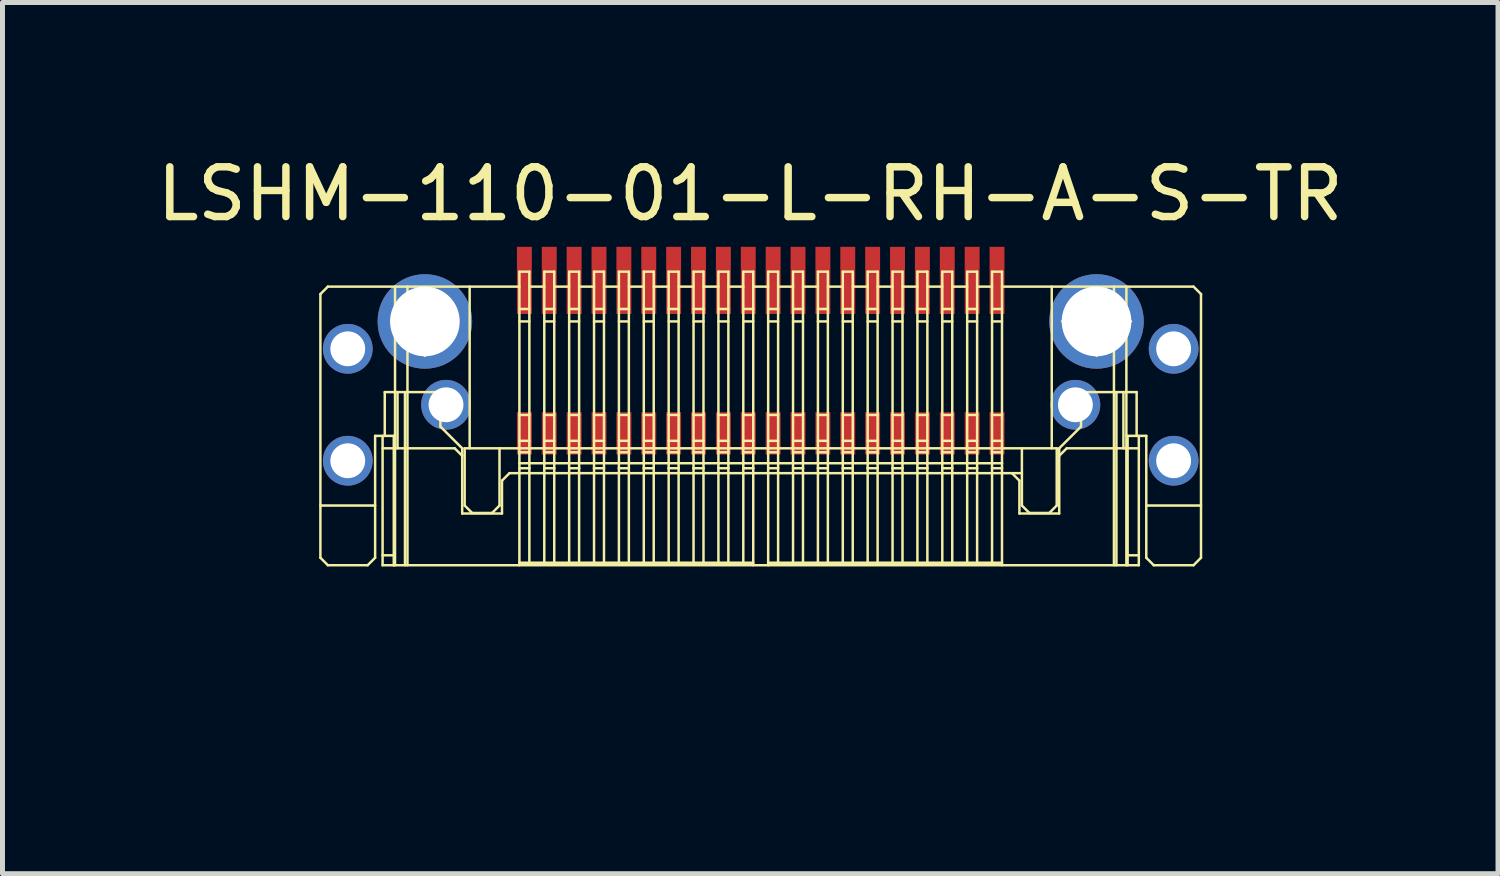
<source format=kicad_pcb>
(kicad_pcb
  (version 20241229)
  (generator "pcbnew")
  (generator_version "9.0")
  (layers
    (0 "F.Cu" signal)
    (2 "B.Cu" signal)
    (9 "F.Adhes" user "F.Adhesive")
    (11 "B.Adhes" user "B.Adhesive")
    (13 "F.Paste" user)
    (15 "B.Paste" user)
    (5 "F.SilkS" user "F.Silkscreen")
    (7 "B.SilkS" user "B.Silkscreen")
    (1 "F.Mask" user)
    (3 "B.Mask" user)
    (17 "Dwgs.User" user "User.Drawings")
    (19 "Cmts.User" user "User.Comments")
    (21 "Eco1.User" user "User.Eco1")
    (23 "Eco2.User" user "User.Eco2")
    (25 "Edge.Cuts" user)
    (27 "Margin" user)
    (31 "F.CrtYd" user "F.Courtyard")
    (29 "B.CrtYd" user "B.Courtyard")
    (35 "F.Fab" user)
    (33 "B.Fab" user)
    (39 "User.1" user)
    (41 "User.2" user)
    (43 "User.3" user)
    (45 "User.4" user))
  (footprint "LSHM-110-01-L-RH-A-S-TR"
    (layer "F.Cu")
    (at 12.24 11.261)
    (property "Reference" "LSHM-110-01-L-RH-A-S-TR" (at -0.21 -10.413 0) (layer "F.SilkS") (effects (font (size 1 1) (thickness 0.15))))
    (attr through_hole)
    (fp_line (start -8.85 -8.4) (end -8.85 -3.1) (stroke (width 0.05) (type solid)) (layer "F.SilkS"))
    (fp_line (start -8.85 -3.1) (end -8.7 -2.95) (stroke (width 0.05) (type solid)) (layer "F.SilkS"))
    (fp_line (start -8.7 -8.55) (end -8.85 -8.4) (stroke (width 0.05) (type solid)) (layer "F.SilkS"))
    (fp_line (start -8.7 -2.95) (end -7.9 -2.95) (stroke (width 0.05) (type solid)) (layer "F.SilkS"))
    (fp_line (start -8.4 -7.55) (end -8.2 -7.55) (stroke (width 0.05) (type solid)) (layer "F.SilkS"))
    (fp_line (start -8.4 -7.05) (end -8.4 -7.55) (stroke (width 0.05) (type solid)) (layer "F.SilkS"))
    (fp_line (start -8.4 -5.3) (end -8.2 -5.3) (stroke (width 0.05) (type solid)) (layer "F.SilkS"))
    (fp_line (start -8.4 -4.8) (end -8.4 -5.3) (stroke (width 0.05) (type solid)) (layer "F.SilkS"))
    (fp_line (start -8.2 -7.45) (end -8.4 -7.45) (stroke (width 0.05) (type solid)) (layer "F.SilkS"))
    (fp_line (start -8.2 -7.15) (end -8.4 -7.15) (stroke (width 0.05) (type solid)) (layer "F.SilkS"))
    (fp_line (start -8.2 -7.05) (end -8.4 -7.05) (stroke (width 0.05) (type solid)) (layer "F.SilkS"))
    (fp_line (start -8.2 -7.05) (end -8.2 -7.55) (stroke (width 0.05) (type solid)) (layer "F.SilkS"))
    (fp_line (start -8.2 -5.2) (end -8.4 -5.2) (stroke (width 0.05) (type solid)) (layer "F.SilkS"))
    (fp_line (start -8.2 -4.9) (end -8.4 -4.9) (stroke (width 0.05) (type solid)) (layer "F.SilkS"))
    (fp_line (start -8.2 -4.8) (end -8.4 -4.8) (stroke (width 0.05) (type solid)) (layer "F.SilkS"))
    (fp_line (start -8.2 -4.8) (end -8.2 -5.3) (stroke (width 0.05) (type solid)) (layer "F.SilkS"))
    (fp_line (start -7.9 -2.95) (end -7.75 -3.1) (stroke (width 0.05) (type solid)) (layer "F.SilkS"))
    (fp_line (start -7.75 -5.55) (end -7.35 -5.55) (stroke (width 0.05) (type solid)) (layer "F.SilkS"))
    (fp_line (start -7.75 -4.15) (end -8.85 -4.15) (stroke (width 0.05) (type solid)) (layer "F.SilkS"))
    (fp_line (start -7.75 -3.1) (end -7.75 -5.55) (stroke (width 0.05) (type solid)) (layer "F.SilkS"))
    (fp_line (start -7.6 -5.55) (end -7.6 -2.95) (stroke (width 0.05) (type solid)) (layer "F.SilkS"))
    (fp_line (start -7.6 -3.15) (end -7.375 -3.15) (stroke (width 0.05) (type solid)) (layer "F.SilkS"))
    (fp_line (start -7.6 -2.95) (end -7.375 -2.95) (stroke (width 0.05) (type solid)) (layer "F.SilkS"))
    (fp_line (start -7.556 -6.43) (end -7.556 -5.55) (stroke (width 0.05) (type solid)) (layer "F.SilkS"))
    (fp_line (start -7.375 -5.55) (end -7.375 -5.3) (stroke (width 0.05) (type solid)) (layer "F.SilkS"))
    (fp_line (start -7.375 -2.95) (end -7.375 -5.3) (stroke (width 0.05) (type solid)) (layer "F.SilkS"))
    (fp_line (start -7.354 -7.85) (end -6.146 -7.85) (stroke (width 0.05) (type solid)) (layer "F.SilkS"))
    (fp_line (start -7.35 -5.3) (end -7.35 -8.55) (stroke (width 0.05) (type solid)) (layer "F.SilkS"))
    (fp_line (start -7.35 -2.95) (end -7.35 -5.3) (stroke (width 0.05) (type solid)) (layer "F.SilkS"))
    (fp_line (start -7.3 -6.43) (end -7.3 -5.3) (stroke (width 0.05) (type solid)) (layer "F.SilkS"))
    (fp_line (start -7.15 -5.3) (end -7.15 -6.43) (stroke (width 0.05) (type solid)) (layer "F.SilkS"))
    (fp_line (start -7.15 -2.95) (end -7.15 -5.3) (stroke (width 0.05) (type solid)) (layer "F.SilkS"))
    (fp_line (start -7.1 -5.3) (end -7.1 -8.55) (stroke (width 0.05) (type solid)) (layer "F.SilkS"))
    (fp_line (start -7.1 -2.95) (end -7.1 -5.3) (stroke (width 0.05) (type solid)) (layer "F.SilkS"))
    (fp_line (start -6.75 -7.157) (end -6.75 -8.543) (stroke (width 0.05) (type solid)) (layer "F.SilkS"))
    (fp_line (start -6.438 -6.43) (end -6.438 -5.737) (stroke (width 0.05) (type solid)) (layer "F.SilkS"))
    (fp_line (start -6.438 -6.38) (end -6.213 -6.38) (stroke (width 0.05) (type solid)) (layer "F.SilkS"))
    (fp_line (start -6.438 -5.737) (end -6 -5.3) (stroke (width 0.05) (type solid)) (layer "F.SilkS"))
    (fp_line (start -6.213 -6.43) (end -7.556 -6.43) (stroke (width 0.05) (type solid)) (layer "F.SilkS"))
    (fp_line (start -6.213 -6.43) (end -6.213 -5.93) (stroke (width 0.05) (type solid)) (layer "F.SilkS"))
    (fp_line (start -6.213 -5.98) (end -6.438 -5.98) (stroke (width 0.05) (type solid)) (layer "F.SilkS"))
    (fp_line (start -6.213 -5.93) (end -6.438 -5.93) (stroke (width 0.05) (type solid)) (layer "F.SilkS"))
    (fp_line (start -6.15 -5.3) (end -7.6 -5.3) (stroke (width 0.05) (type solid)) (layer "F.SilkS"))
    (fp_line (start -6.15 -5.3) (end -6 -5.15) (stroke (width 0.05) (type solid)) (layer "F.SilkS"))
    (fp_line (start -6 -5.3) (end -6 -5.15) (stroke (width 0.05) (type solid)) (layer "F.SilkS"))
    (fp_line (start -6 -5.15) (end -6 -3.99) (stroke (width 0.05) (type solid)) (layer "F.SilkS"))
    (fp_line (start -6 -3.99) (end -5.2 -3.99) (stroke (width 0.05) (type solid)) (layer "F.SilkS"))
    (fp_line (start -5.95 -5.3) (end -5.95 -4.15) (stroke (width 0.05) (type solid)) (layer "F.SilkS"))
    (fp_line (start -5.95 -4.15) (end -5.8 -4) (stroke (width 0.05) (type solid)) (layer "F.SilkS"))
    (fp_line (start -5.85 -8.55) (end -5.85 -5.3) (stroke (width 0.05) (type solid)) (layer "F.SilkS"))
    (fp_line (start -5.8 -4) (end -5.4 -4) (stroke (width 0.05) (type solid)) (layer "F.SilkS"))
    (fp_line (start -5.4 -4) (end -5.25 -4.15) (stroke (width 0.05) (type solid)) (layer "F.SilkS"))
    (fp_line (start -5.25 -4.15) (end -5.25 -5.3) (stroke (width 0.05) (type solid)) (layer "F.SilkS"))
    (fp_line (start -5.2 -4.65) (end -5.05 -4.8) (stroke (width 0.05) (type solid)) (layer "F.SilkS"))
    (fp_line (start -5.2 -3.99) (end -5.2 -4.65) (stroke (width 0.05) (type solid)) (layer "F.SilkS"))
    (fp_line (start -5.05 -4.8) (end 5.25 -4.8) (stroke (width 0.05) (type solid)) (layer "F.SilkS"))
    (fp_line (start -4.85 -8.85) (end -4.85 -5) (stroke (width 0.05) (type solid)) (layer "F.SilkS"))
    (fp_line (start -4.85 -8.55) (end -8.7 -8.55) (stroke (width 0.05) (type solid)) (layer "F.SilkS"))
    (fp_line (start -4.85 -7.85) (end -4.65 -7.85) (stroke (width 0.05) (type solid)) (layer "F.SilkS"))
    (fp_line (start -4.85 -5) (end -4.85 -4.9) (stroke (width 0.05) (type solid)) (layer "F.SilkS"))
    (fp_line (start -4.85 -4.9) (end -4.85 -2.95) (stroke (width 0.05) (type solid)) (layer "F.SilkS"))
    (fp_line (start -4.85 -4.9) (end -4.65 -4.9) (stroke (width 0.05) (type solid)) (layer "F.SilkS"))
    (fp_line (start -4.65 -8.85) (end -4.85 -8.85) (stroke (width 0.05) (type solid)) (layer "F.SilkS"))
    (fp_line (start -4.65 -8.85) (end -4.65 -5) (stroke (width 0.05) (type solid)) (layer "F.SilkS"))
    (fp_line (start -4.65 -8.1) (end -4.85 -8.1) (stroke (width 0.05) (type solid)) (layer "F.SilkS"))
    (fp_line (start -4.65 -5.97) (end -4.85 -5.97) (stroke (width 0.05) (type solid)) (layer "F.SilkS"))
    (fp_line (start -4.65 -5.45) (end -4.85 -5.45) (stroke (width 0.05) (type solid)) (layer "F.SilkS"))
    (fp_line (start -4.65 -5.22) (end -4.85 -5.22) (stroke (width 0.05) (type solid)) (layer "F.SilkS"))
    (fp_line (start -4.65 -4.9) (end -4.65 -5) (stroke (width 0.05) (type solid)) (layer "F.SilkS"))
    (fp_line (start -4.65 -3) (end -4.65 -4.9) (stroke (width 0.05) (type solid)) (layer "F.SilkS"))
    (fp_line (start -4.35 -8.55) (end -4.65 -8.55) (stroke (width 0.05) (type solid)) (layer "F.SilkS"))
    (fp_line (start -4.35 -7.85) (end -4.15 -7.85) (stroke (width 0.05) (type solid)) (layer "F.SilkS"))
    (fp_line (start -4.35 -5) (end -4.35 -8.85) (stroke (width 0.05) (type solid)) (layer "F.SilkS"))
    (fp_line (start -4.35 -5) (end -4.35 -4.9) (stroke (width 0.05) (type solid)) (layer "F.SilkS"))
    (fp_line (start -4.35 -4.9) (end -4.35 -3) (stroke (width 0.05) (type solid)) (layer "F.SilkS"))
    (fp_line (start -4.35 -4.9) (end -4.15 -4.9) (stroke (width 0.05) (type solid)) (layer "F.SilkS"))
    (fp_line (start -4.15 -8.85) (end -4.35 -8.85) (stroke (width 0.05) (type solid)) (layer "F.SilkS"))
    (fp_line (start -4.15 -8.85) (end -4.15 -5) (stroke (width 0.05) (type solid)) (layer "F.SilkS"))
    (fp_line (start -4.15 -8.1) (end -4.35 -8.1) (stroke (width 0.05) (type solid)) (layer "F.SilkS"))
    (fp_line (start -4.15 -5.97) (end -4.35 -5.97) (stroke (width 0.05) (type solid)) (layer "F.SilkS"))
    (fp_line (start -4.15 -5.45) (end -4.35 -5.45) (stroke (width 0.05) (type solid)) (layer "F.SilkS"))
    (fp_line (start -4.15 -5.22) (end -4.35 -5.22) (stroke (width 0.05) (type solid)) (layer "F.SilkS"))
    (fp_line (start -4.15 -4.9) (end -4.15 -5) (stroke (width 0.05) (type solid)) (layer "F.SilkS"))
    (fp_line (start -4.15 -3) (end -4.15 -4.9) (stroke (width 0.05) (type solid)) (layer "F.SilkS"))
    (fp_line (start -3.85 -8.55) (end -4.15 -8.55) (stroke (width 0.05) (type solid)) (layer "F.SilkS"))
    (fp_line (start -3.85 -7.85) (end -3.65 -7.85) (stroke (width 0.05) (type solid)) (layer "F.SilkS"))
    (fp_line (start -3.85 -5) (end -3.85 -8.85) (stroke (width 0.05) (type solid)) (layer "F.SilkS"))
    (fp_line (start -3.85 -5) (end -3.85 -4.9) (stroke (width 0.05) (type solid)) (layer "F.SilkS"))
    (fp_line (start -3.85 -4.9) (end -3.85 -3) (stroke (width 0.05) (type solid)) (layer "F.SilkS"))
    (fp_line (start -3.85 -4.9) (end -3.65 -4.9) (stroke (width 0.05) (type solid)) (layer "F.SilkS"))
    (fp_line (start -3.65 -8.85) (end -3.85 -8.85) (stroke (width 0.05) (type solid)) (layer "F.SilkS"))
    (fp_line (start -3.65 -8.85) (end -3.65 -5) (stroke (width 0.05) (type solid)) (layer "F.SilkS"))
    (fp_line (start -3.65 -8.1) (end -3.85 -8.1) (stroke (width 0.05) (type solid)) (layer "F.SilkS"))
    (fp_line (start -3.65 -5.97) (end -3.85 -5.97) (stroke (width 0.05) (type solid)) (layer "F.SilkS"))
    (fp_line (start -3.65 -5.45) (end -3.85 -5.45) (stroke (width 0.05) (type solid)) (layer "F.SilkS"))
    (fp_line (start -3.65 -5.22) (end -3.85 -5.22) (stroke (width 0.05) (type solid)) (layer "F.SilkS"))
    (fp_line (start -3.65 -4.9) (end -3.65 -5) (stroke (width 0.05) (type solid)) (layer "F.SilkS"))
    (fp_line (start -3.65 -3) (end -3.65 -4.9) (stroke (width 0.05) (type solid)) (layer "F.SilkS"))
    (fp_line (start -3.35 -8.55) (end -3.65 -8.55) (stroke (width 0.05) (type solid)) (layer "F.SilkS"))
    (fp_line (start -3.35 -7.85) (end -3.15 -7.85) (stroke (width 0.05) (type solid)) (layer "F.SilkS"))
    (fp_line (start -3.35 -5) (end -3.35 -8.85) (stroke (width 0.05) (type solid)) (layer "F.SilkS"))
    (fp_line (start -3.35 -5) (end -3.35 -4.9) (stroke (width 0.05) (type solid)) (layer "F.SilkS"))
    (fp_line (start -3.35 -4.9) (end -3.35 -3) (stroke (width 0.05) (type solid)) (layer "F.SilkS"))
    (fp_line (start -3.35 -4.9) (end -3.15 -4.9) (stroke (width 0.05) (type solid)) (layer "F.SilkS"))
    (fp_line (start -3.15 -8.85) (end -3.35 -8.85) (stroke (width 0.05) (type solid)) (layer "F.SilkS"))
    (fp_line (start -3.15 -8.85) (end -3.15 -5) (stroke (width 0.05) (type solid)) (layer "F.SilkS"))
    (fp_line (start -3.15 -8.1) (end -3.35 -8.1) (stroke (width 0.05) (type solid)) (layer "F.SilkS"))
    (fp_line (start -3.15 -5.97) (end -3.35 -5.97) (stroke (width 0.05) (type solid)) (layer "F.SilkS"))
    (fp_line (start -3.15 -5.45) (end -3.35 -5.45) (stroke (width 0.05) (type solid)) (layer "F.SilkS"))
    (fp_line (start -3.15 -5.22) (end -3.35 -5.22) (stroke (width 0.05) (type solid)) (layer "F.SilkS"))
    (fp_line (start -3.15 -4.9) (end -3.15 -5) (stroke (width 0.05) (type solid)) (layer "F.SilkS"))
    (fp_line (start -3.15 -3) (end -3.15 -4.9) (stroke (width 0.05) (type solid)) (layer "F.SilkS"))
    (fp_line (start -2.85 -8.55) (end -3.15 -8.55) (stroke (width 0.05) (type solid)) (layer "F.SilkS"))
    (fp_line (start -2.85 -7.85) (end -2.65 -7.85) (stroke (width 0.05) (type solid)) (layer "F.SilkS"))
    (fp_line (start -2.85 -5) (end -2.85 -8.85) (stroke (width 0.05) (type solid)) (layer "F.SilkS"))
    (fp_line (start -2.85 -5) (end -2.85 -4.9) (stroke (width 0.05) (type solid)) (layer "F.SilkS"))
    (fp_line (start -2.85 -4.9) (end -2.85 -3) (stroke (width 0.05) (type solid)) (layer "F.SilkS"))
    (fp_line (start -2.85 -4.9) (end -2.65 -4.9) (stroke (width 0.05) (type solid)) (layer "F.SilkS"))
    (fp_line (start -2.65 -8.85) (end -2.85 -8.85) (stroke (width 0.05) (type solid)) (layer "F.SilkS"))
    (fp_line (start -2.65 -8.85) (end -2.65 -5) (stroke (width 0.05) (type solid)) (layer "F.SilkS"))
    (fp_line (start -2.65 -8.1) (end -2.85 -8.1) (stroke (width 0.05) (type solid)) (layer "F.SilkS"))
    (fp_line (start -2.65 -5.97) (end -2.85 -5.97) (stroke (width 0.05) (type solid)) (layer "F.SilkS"))
    (fp_line (start -2.65 -5.45) (end -2.85 -5.45) (stroke (width 0.05) (type solid)) (layer "F.SilkS"))
    (fp_line (start -2.65 -5.22) (end -2.85 -5.22) (stroke (width 0.05) (type solid)) (layer "F.SilkS"))
    (fp_line (start -2.65 -4.9) (end -2.65 -5) (stroke (width 0.05) (type solid)) (layer "F.SilkS"))
    (fp_line (start -2.65 -3) (end -2.65 -4.9) (stroke (width 0.05) (type solid)) (layer "F.SilkS"))
    (fp_line (start -2.35 -8.55) (end -2.65 -8.55) (stroke (width 0.05) (type solid)) (layer "F.SilkS"))
    (fp_line (start -2.35 -7.85) (end -2.15 -7.85) (stroke (width 0.05) (type solid)) (layer "F.SilkS"))
    (fp_line (start -2.35 -5) (end -2.35 -8.85) (stroke (width 0.05) (type solid)) (layer "F.SilkS"))
    (fp_line (start -2.35 -5) (end -2.35 -4.9) (stroke (width 0.05) (type solid)) (layer "F.SilkS"))
    (fp_line (start -2.35 -4.9) (end -2.35 -3) (stroke (width 0.05) (type solid)) (layer "F.SilkS"))
    (fp_line (start -2.35 -4.9) (end -2.15 -4.9) (stroke (width 0.05) (type solid)) (layer "F.SilkS"))
    (fp_line (start -2.15 -8.85) (end -2.35 -8.85) (stroke (width 0.05) (type solid)) (layer "F.SilkS"))
    (fp_line (start -2.15 -8.85) (end -2.15 -5) (stroke (width 0.05) (type solid)) (layer "F.SilkS"))
    (fp_line (start -2.15 -8.1) (end -2.35 -8.1) (stroke (width 0.05) (type solid)) (layer "F.SilkS"))
    (fp_line (start -2.15 -5.97) (end -2.35 -5.97) (stroke (width 0.05) (type solid)) (layer "F.SilkS"))
    (fp_line (start -2.15 -5.45) (end -2.35 -5.45) (stroke (width 0.05) (type solid)) (layer "F.SilkS"))
    (fp_line (start -2.15 -5.22) (end -2.35 -5.22) (stroke (width 0.05) (type solid)) (layer "F.SilkS"))
    (fp_line (start -2.15 -4.9) (end -2.15 -5) (stroke (width 0.05) (type solid)) (layer "F.SilkS"))
    (fp_line (start -2.15 -3) (end -2.15 -4.9) (stroke (width 0.05) (type solid)) (layer "F.SilkS"))
    (fp_line (start -1.85 -8.55) (end -2.15 -8.55) (stroke (width 0.05) (type solid)) (layer "F.SilkS"))
    (fp_line (start -1.85 -7.85) (end -1.65 -7.85) (stroke (width 0.05) (type solid)) (layer "F.SilkS"))
    (fp_line (start -1.85 -5) (end -1.85 -8.85) (stroke (width 0.05) (type solid)) (layer "F.SilkS"))
    (fp_line (start -1.85 -5) (end -1.85 -4.9) (stroke (width 0.05) (type solid)) (layer "F.SilkS"))
    (fp_line (start -1.85 -4.9) (end -1.85 -3) (stroke (width 0.05) (type solid)) (layer "F.SilkS"))
    (fp_line (start -1.85 -4.9) (end -1.65 -4.9) (stroke (width 0.05) (type solid)) (layer "F.SilkS"))
    (fp_line (start -1.65 -8.85) (end -1.85 -8.85) (stroke (width 0.05) (type solid)) (layer "F.SilkS"))
    (fp_line (start -1.65 -8.85) (end -1.65 -5) (stroke (width 0.05) (type solid)) (layer "F.SilkS"))
    (fp_line (start -1.65 -8.1) (end -1.85 -8.1) (stroke (width 0.05) (type solid)) (layer "F.SilkS"))
    (fp_line (start -1.65 -5.97) (end -1.85 -5.97) (stroke (width 0.05) (type solid)) (layer "F.SilkS"))
    (fp_line (start -1.65 -5.45) (end -1.85 -5.45) (stroke (width 0.05) (type solid)) (layer "F.SilkS"))
    (fp_line (start -1.65 -5.22) (end -1.85 -5.22) (stroke (width 0.05) (type solid)) (layer "F.SilkS"))
    (fp_line (start -1.65 -4.9) (end -1.65 -5) (stroke (width 0.05) (type solid)) (layer "F.SilkS"))
    (fp_line (start -1.65 -3) (end -1.65 -4.9) (stroke (width 0.05) (type solid)) (layer "F.SilkS"))
    (fp_line (start -1.35 -8.55) (end -1.65 -8.55) (stroke (width 0.05) (type solid)) (layer "F.SilkS"))
    (fp_line (start -1.35 -7.85) (end -1.15 -7.85) (stroke (width 0.05) (type solid)) (layer "F.SilkS"))
    (fp_line (start -1.35 -5) (end -1.35 -8.85) (stroke (width 0.05) (type solid)) (layer "F.SilkS"))
    (fp_line (start -1.35 -5) (end -1.35 -4.9) (stroke (width 0.05) (type solid)) (layer "F.SilkS"))
    (fp_line (start -1.35 -4.9) (end -1.35 -3) (stroke (width 0.05) (type solid)) (layer "F.SilkS"))
    (fp_line (start -1.35 -4.9) (end -1.15 -4.9) (stroke (width 0.05) (type solid)) (layer "F.SilkS"))
    (fp_line (start -1.15 -8.85) (end -1.35 -8.85) (stroke (width 0.05) (type solid)) (layer "F.SilkS"))
    (fp_line (start -1.15 -8.85) (end -1.15 -5) (stroke (width 0.05) (type solid)) (layer "F.SilkS"))
    (fp_line (start -1.15 -8.1) (end -1.35 -8.1) (stroke (width 0.05) (type solid)) (layer "F.SilkS"))
    (fp_line (start -1.15 -5.97) (end -1.35 -5.97) (stroke (width 0.05) (type solid)) (layer "F.SilkS"))
    (fp_line (start -1.15 -5.45) (end -1.35 -5.45) (stroke (width 0.05) (type solid)) (layer "F.SilkS"))
    (fp_line (start -1.15 -5.22) (end -1.35 -5.22) (stroke (width 0.05) (type solid)) (layer "F.SilkS"))
    (fp_line (start -1.15 -4.9) (end -1.15 -5) (stroke (width 0.05) (type solid)) (layer "F.SilkS"))
    (fp_line (start -1.15 -3) (end -1.15 -4.9) (stroke (width 0.05) (type solid)) (layer "F.SilkS"))
    (fp_line (start -0.85 -8.55) (end -1.15 -8.55) (stroke (width 0.05) (type solid)) (layer "F.SilkS"))
    (fp_line (start -0.85 -7.85) (end -0.65 -7.85) (stroke (width 0.05) (type solid)) (layer "F.SilkS"))
    (fp_line (start -0.85 -5) (end -0.85 -8.85) (stroke (width 0.05) (type solid)) (layer "F.SilkS"))
    (fp_line (start -0.85 -5) (end -0.85 -4.9) (stroke (width 0.05) (type solid)) (layer "F.SilkS"))
    (fp_line (start -0.85 -4.9) (end -0.85 -3) (stroke (width 0.05) (type solid)) (layer "F.SilkS"))
    (fp_line (start -0.85 -4.9) (end -0.65 -4.9) (stroke (width 0.05) (type solid)) (layer "F.SilkS"))
    (fp_line (start -0.65 -8.85) (end -0.85 -8.85) (stroke (width 0.05) (type solid)) (layer "F.SilkS"))
    (fp_line (start -0.65 -8.85) (end -0.65 -5) (stroke (width 0.05) (type solid)) (layer "F.SilkS"))
    (fp_line (start -0.65 -8.1) (end -0.85 -8.1) (stroke (width 0.05) (type solid)) (layer "F.SilkS"))
    (fp_line (start -0.65 -5.97) (end -0.85 -5.97) (stroke (width 0.05) (type solid)) (layer "F.SilkS"))
    (fp_line (start -0.65 -5.45) (end -0.85 -5.45) (stroke (width 0.05) (type solid)) (layer "F.SilkS"))
    (fp_line (start -0.65 -5.22) (end -0.85 -5.22) (stroke (width 0.05) (type solid)) (layer "F.SilkS"))
    (fp_line (start -0.65 -4.9) (end -0.65 -5) (stroke (width 0.05) (type solid)) (layer "F.SilkS"))
    (fp_line (start -0.65 -3) (end -0.65 -4.9) (stroke (width 0.05) (type solid)) (layer "F.SilkS"))
    (fp_line (start -0.35 -8.55) (end -0.65 -8.55) (stroke (width 0.05) (type solid)) (layer "F.SilkS"))
    (fp_line (start -0.35 -7.85) (end -0.15 -7.85) (stroke (width 0.05) (type solid)) (layer "F.SilkS"))
    (fp_line (start -0.35 -5) (end -0.35 -8.85) (stroke (width 0.05) (type solid)) (layer "F.SilkS"))
    (fp_line (start -0.35 -5) (end -0.35 -4.9) (stroke (width 0.05) (type solid)) (layer "F.SilkS"))
    (fp_line (start -0.35 -4.9) (end -0.35 -3) (stroke (width 0.05) (type solid)) (layer "F.SilkS"))
    (fp_line (start -0.35 -4.9) (end -0.15 -4.9) (stroke (width 0.05) (type solid)) (layer "F.SilkS"))
    (fp_line (start -0.15 -8.85) (end -0.35 -8.85) (stroke (width 0.05) (type solid)) (layer "F.SilkS"))
    (fp_line (start -0.15 -8.85) (end -0.15 -5) (stroke (width 0.05) (type solid)) (layer "F.SilkS"))
    (fp_line (start -0.15 -8.1) (end -0.35 -8.1) (stroke (width 0.05) (type solid)) (layer "F.SilkS"))
    (fp_line (start -0.15 -5.97) (end -0.35 -5.97) (stroke (width 0.05) (type solid)) (layer "F.SilkS"))
    (fp_line (start -0.15 -5.45) (end -0.35 -5.45) (stroke (width 0.05) (type solid)) (layer "F.SilkS"))
    (fp_line (start -0.15 -5.22) (end -0.35 -5.22) (stroke (width 0.05) (type solid)) (layer "F.SilkS"))
    (fp_line (start -0.15 -4.9) (end -0.15 -5) (stroke (width 0.05) (type solid)) (layer "F.SilkS"))
    (fp_line (start -0.15 -4.9) (end -0.15 -2.95) (stroke (width 0.05) (type solid)) (layer "F.SilkS"))
    (fp_line (start -0.15 -3) (end -4.85 -3) (stroke (width 0.05) (type solid)) (layer "F.SilkS"))
    (fp_line (start 0.15 -8.85) (end 0.15 -5) (stroke (width 0.05) (type solid)) (layer "F.SilkS"))
    (fp_line (start 0.15 -8.55) (end -0.15 -8.55) (stroke (width 0.05) (type solid)) (layer "F.SilkS"))
    (fp_line (start 0.15 -7.85) (end 0.35 -7.85) (stroke (width 0.05) (type solid)) (layer "F.SilkS"))
    (fp_line (start 0.15 -5) (end 0.15 -4.9) (stroke (width 0.05) (type solid)) (layer "F.SilkS"))
    (fp_line (start 0.15 -4.9) (end 0.15 -2.95) (stroke (width 0.05) (type solid)) (layer "F.SilkS"))
    (fp_line (start 0.15 -4.9) (end 0.35 -4.9) (stroke (width 0.05) (type solid)) (layer "F.SilkS"))
    (fp_line (start 0.35 -8.85) (end 0.15 -8.85) (stroke (width 0.05) (type solid)) (layer "F.SilkS"))
    (fp_line (start 0.35 -8.85) (end 0.35 -5) (stroke (width 0.05) (type solid)) (layer "F.SilkS"))
    (fp_line (start 0.35 -8.1) (end 0.15 -8.1) (stroke (width 0.05) (type solid)) (layer "F.SilkS"))
    (fp_line (start 0.35 -5.97) (end 0.15 -5.97) (stroke (width 0.05) (type solid)) (layer "F.SilkS"))
    (fp_line (start 0.35 -5.45) (end 0.15 -5.45) (stroke (width 0.05) (type solid)) (layer "F.SilkS"))
    (fp_line (start 0.35 -5.22) (end 0.15 -5.22) (stroke (width 0.05) (type solid)) (layer "F.SilkS"))
    (fp_line (start 0.35 -4.9) (end 0.35 -5) (stroke (width 0.05) (type solid)) (layer "F.SilkS"))
    (fp_line (start 0.35 -3) (end 0.35 -4.9) (stroke (width 0.05) (type solid)) (layer "F.SilkS"))
    (fp_line (start 0.65 -8.55) (end 0.35 -8.55) (stroke (width 0.05) (type solid)) (layer "F.SilkS"))
    (fp_line (start 0.65 -7.85) (end 0.85 -7.85) (stroke (width 0.05) (type solid)) (layer "F.SilkS"))
    (fp_line (start 0.65 -5) (end 0.65 -8.85) (stroke (width 0.05) (type solid)) (layer "F.SilkS"))
    (fp_line (start 0.65 -5) (end 0.65 -4.9) (stroke (width 0.05) (type solid)) (layer "F.SilkS"))
    (fp_line (start 0.65 -4.9) (end 0.65 -3) (stroke (width 0.05) (type solid)) (layer "F.SilkS"))
    (fp_line (start 0.65 -4.9) (end 0.85 -4.9) (stroke (width 0.05) (type solid)) (layer "F.SilkS"))
    (fp_line (start 0.85 -8.85) (end 0.65 -8.85) (stroke (width 0.05) (type solid)) (layer "F.SilkS"))
    (fp_line (start 0.85 -8.85) (end 0.85 -5) (stroke (width 0.05) (type solid)) (layer "F.SilkS"))
    (fp_line (start 0.85 -8.1) (end 0.65 -8.1) (stroke (width 0.05) (type solid)) (layer "F.SilkS"))
    (fp_line (start 0.85 -5.97) (end 0.65 -5.97) (stroke (width 0.05) (type solid)) (layer "F.SilkS"))
    (fp_line (start 0.85 -5.45) (end 0.65 -5.45) (stroke (width 0.05) (type solid)) (layer "F.SilkS"))
    (fp_line (start 0.85 -5.22) (end 0.65 -5.22) (stroke (width 0.05) (type solid)) (layer "F.SilkS"))
    (fp_line (start 0.85 -4.9) (end 0.85 -5) (stroke (width 0.05) (type solid)) (layer "F.SilkS"))
    (fp_line (start 0.85 -3) (end 0.85 -4.9) (stroke (width 0.05) (type solid)) (layer "F.SilkS"))
    (fp_line (start 1.15 -8.55) (end 0.85 -8.55) (stroke (width 0.05) (type solid)) (layer "F.SilkS"))
    (fp_line (start 1.15 -7.85) (end 1.35 -7.85) (stroke (width 0.05) (type solid)) (layer "F.SilkS"))
    (fp_line (start 1.15 -5) (end 1.15 -8.85) (stroke (width 0.05) (type solid)) (layer "F.SilkS"))
    (fp_line (start 1.15 -5) (end 1.15 -4.9) (stroke (width 0.05) (type solid)) (layer "F.SilkS"))
    (fp_line (start 1.15 -4.9) (end 1.15 -3) (stroke (width 0.05) (type solid)) (layer "F.SilkS"))
    (fp_line (start 1.15 -4.9) (end 1.35 -4.9) (stroke (width 0.05) (type solid)) (layer "F.SilkS"))
    (fp_line (start 1.35 -8.85) (end 1.15 -8.85) (stroke (width 0.05) (type solid)) (layer "F.SilkS"))
    (fp_line (start 1.35 -8.85) (end 1.35 -5) (stroke (width 0.05) (type solid)) (layer "F.SilkS"))
    (fp_line (start 1.35 -8.1) (end 1.15 -8.1) (stroke (width 0.05) (type solid)) (layer "F.SilkS"))
    (fp_line (start 1.35 -5.97) (end 1.15 -5.97) (stroke (width 0.05) (type solid)) (layer "F.SilkS"))
    (fp_line (start 1.35 -5.45) (end 1.15 -5.45) (stroke (width 0.05) (type solid)) (layer "F.SilkS"))
    (fp_line (start 1.35 -5.22) (end 1.15 -5.22) (stroke (width 0.05) (type solid)) (layer "F.SilkS"))
    (fp_line (start 1.35 -4.9) (end 1.35 -5) (stroke (width 0.05) (type solid)) (layer "F.SilkS"))
    (fp_line (start 1.35 -3) (end 1.35 -4.9) (stroke (width 0.05) (type solid)) (layer "F.SilkS"))
    (fp_line (start 1.65 -8.55) (end 1.35 -8.55) (stroke (width 0.05) (type solid)) (layer "F.SilkS"))
    (fp_line (start 1.65 -7.85) (end 1.85 -7.85) (stroke (width 0.05) (type solid)) (layer "F.SilkS"))
    (fp_line (start 1.65 -5) (end 1.65 -8.85) (stroke (width 0.05) (type solid)) (layer "F.SilkS"))
    (fp_line (start 1.65 -5) (end 1.65 -4.9) (stroke (width 0.05) (type solid)) (layer "F.SilkS"))
    (fp_line (start 1.65 -4.9) (end 1.65 -3) (stroke (width 0.05) (type solid)) (layer "F.SilkS"))
    (fp_line (start 1.65 -4.9) (end 1.85 -4.9) (stroke (width 0.05) (type solid)) (layer "F.SilkS"))
    (fp_line (start 1.85 -8.85) (end 1.65 -8.85) (stroke (width 0.05) (type solid)) (layer "F.SilkS"))
    (fp_line (start 1.85 -8.85) (end 1.85 -5) (stroke (width 0.05) (type solid)) (layer "F.SilkS"))
    (fp_line (start 1.85 -8.1) (end 1.65 -8.1) (stroke (width 0.05) (type solid)) (layer "F.SilkS"))
    (fp_line (start 1.85 -5.97) (end 1.65 -5.97) (stroke (width 0.05) (type solid)) (layer "F.SilkS"))
    (fp_line (start 1.85 -5.45) (end 1.65 -5.45) (stroke (width 0.05) (type solid)) (layer "F.SilkS"))
    (fp_line (start 1.85 -5.22) (end 1.65 -5.22) (stroke (width 0.05) (type solid)) (layer "F.SilkS"))
    (fp_line (start 1.85 -4.9) (end 1.85 -5) (stroke (width 0.05) (type solid)) (layer "F.SilkS"))
    (fp_line (start 1.85 -3) (end 1.85 -4.9) (stroke (width 0.05) (type solid)) (layer "F.SilkS"))
    (fp_line (start 2.15 -8.55) (end 1.85 -8.55) (stroke (width 0.05) (type solid)) (layer "F.SilkS"))
    (fp_line (start 2.15 -7.85) (end 2.35 -7.85) (stroke (width 0.05) (type solid)) (layer "F.SilkS"))
    (fp_line (start 2.15 -5) (end 2.15 -8.85) (stroke (width 0.05) (type solid)) (layer "F.SilkS"))
    (fp_line (start 2.15 -5) (end 2.15 -4.9) (stroke (width 0.05) (type solid)) (layer "F.SilkS"))
    (fp_line (start 2.15 -4.9) (end 2.15 -3) (stroke (width 0.05) (type solid)) (layer "F.SilkS"))
    (fp_line (start 2.15 -4.9) (end 2.35 -4.9) (stroke (width 0.05) (type solid)) (layer "F.SilkS"))
    (fp_line (start 2.35 -8.85) (end 2.15 -8.85) (stroke (width 0.05) (type solid)) (layer "F.SilkS"))
    (fp_line (start 2.35 -8.85) (end 2.35 -5) (stroke (width 0.05) (type solid)) (layer "F.SilkS"))
    (fp_line (start 2.35 -8.1) (end 2.15 -8.1) (stroke (width 0.05) (type solid)) (layer "F.SilkS"))
    (fp_line (start 2.35 -5.97) (end 2.15 -5.97) (stroke (width 0.05) (type solid)) (layer "F.SilkS"))
    (fp_line (start 2.35 -5.45) (end 2.15 -5.45) (stroke (width 0.05) (type solid)) (layer "F.SilkS"))
    (fp_line (start 2.35 -5.22) (end 2.15 -5.22) (stroke (width 0.05) (type solid)) (layer "F.SilkS"))
    (fp_line (start 2.35 -4.9) (end 2.35 -5) (stroke (width 0.05) (type solid)) (layer "F.SilkS"))
    (fp_line (start 2.35 -3) (end 2.35 -4.9) (stroke (width 0.05) (type solid)) (layer "F.SilkS"))
    (fp_line (start 2.65 -8.55) (end 2.35 -8.55) (stroke (width 0.05) (type solid)) (layer "F.SilkS"))
    (fp_line (start 2.65 -7.85) (end 2.85 -7.85) (stroke (width 0.05) (type solid)) (layer "F.SilkS"))
    (fp_line (start 2.65 -5) (end 2.65 -8.85) (stroke (width 0.05) (type solid)) (layer "F.SilkS"))
    (fp_line (start 2.65 -5) (end 2.65 -4.9) (stroke (width 0.05) (type solid)) (layer "F.SilkS"))
    (fp_line (start 2.65 -4.9) (end 2.65 -3) (stroke (width 0.05) (type solid)) (layer "F.SilkS"))
    (fp_line (start 2.65 -4.9) (end 2.85 -4.9) (stroke (width 0.05) (type solid)) (layer "F.SilkS"))
    (fp_line (start 2.85 -8.85) (end 2.65 -8.85) (stroke (width 0.05) (type solid)) (layer "F.SilkS"))
    (fp_line (start 2.85 -8.85) (end 2.85 -5) (stroke (width 0.05) (type solid)) (layer "F.SilkS"))
    (fp_line (start 2.85 -8.1) (end 2.65 -8.1) (stroke (width 0.05) (type solid)) (layer "F.SilkS"))
    (fp_line (start 2.85 -5.97) (end 2.65 -5.97) (stroke (width 0.05) (type solid)) (layer "F.SilkS"))
    (fp_line (start 2.85 -5.45) (end 2.65 -5.45) (stroke (width 0.05) (type solid)) (layer "F.SilkS"))
    (fp_line (start 2.85 -5.22) (end 2.65 -5.22) (stroke (width 0.05) (type solid)) (layer "F.SilkS"))
    (fp_line (start 2.85 -4.9) (end 2.85 -5) (stroke (width 0.05) (type solid)) (layer "F.SilkS"))
    (fp_line (start 2.85 -3) (end 2.85 -4.9) (stroke (width 0.05) (type solid)) (layer "F.SilkS"))
    (fp_line (start 3.15 -8.55) (end 2.85 -8.55) (stroke (width 0.05) (type solid)) (layer "F.SilkS"))
    (fp_line (start 3.15 -7.85) (end 3.35 -7.85) (stroke (width 0.05) (type solid)) (layer "F.SilkS"))
    (fp_line (start 3.15 -5) (end 3.15 -8.85) (stroke (width 0.05) (type solid)) (layer "F.SilkS"))
    (fp_line (start 3.15 -5) (end 3.15 -4.9) (stroke (width 0.05) (type solid)) (layer "F.SilkS"))
    (fp_line (start 3.15 -4.9) (end 3.15 -3) (stroke (width 0.05) (type solid)) (layer "F.SilkS"))
    (fp_line (start 3.15 -4.9) (end 3.35 -4.9) (stroke (width 0.05) (type solid)) (layer "F.SilkS"))
    (fp_line (start 3.35 -8.85) (end 3.15 -8.85) (stroke (width 0.05) (type solid)) (layer "F.SilkS"))
    (fp_line (start 3.35 -8.85) (end 3.35 -5) (stroke (width 0.05) (type solid)) (layer "F.SilkS"))
    (fp_line (start 3.35 -8.1) (end 3.15 -8.1) (stroke (width 0.05) (type solid)) (layer "F.SilkS"))
    (fp_line (start 3.35 -5.97) (end 3.15 -5.97) (stroke (width 0.05) (type solid)) (layer "F.SilkS"))
    (fp_line (start 3.35 -5.45) (end 3.15 -5.45) (stroke (width 0.05) (type solid)) (layer "F.SilkS"))
    (fp_line (start 3.35 -5.22) (end 3.15 -5.22) (stroke (width 0.05) (type solid)) (layer "F.SilkS"))
    (fp_line (start 3.35 -4.9) (end 3.35 -5) (stroke (width 0.05) (type solid)) (layer "F.SilkS"))
    (fp_line (start 3.35 -3) (end 3.35 -4.9) (stroke (width 0.05) (type solid)) (layer "F.SilkS"))
    (fp_line (start 3.65 -8.55) (end 3.35 -8.55) (stroke (width 0.05) (type solid)) (layer "F.SilkS"))
    (fp_line (start 3.65 -7.85) (end 3.85 -7.85) (stroke (width 0.05) (type solid)) (layer "F.SilkS"))
    (fp_line (start 3.65 -5) (end 3.65 -8.85) (stroke (width 0.05) (type solid)) (layer "F.SilkS"))
    (fp_line (start 3.65 -5) (end 3.65 -4.9) (stroke (width 0.05) (type solid)) (layer "F.SilkS"))
    (fp_line (start 3.65 -4.9) (end 3.65 -3) (stroke (width 0.05) (type solid)) (layer "F.SilkS"))
    (fp_line (start 3.65 -4.9) (end 3.85 -4.9) (stroke (width 0.05) (type solid)) (layer "F.SilkS"))
    (fp_line (start 3.85 -8.85) (end 3.65 -8.85) (stroke (width 0.05) (type solid)) (layer "F.SilkS"))
    (fp_line (start 3.85 -8.85) (end 3.85 -5) (stroke (width 0.05) (type solid)) (layer "F.SilkS"))
    (fp_line (start 3.85 -8.1) (end 3.65 -8.1) (stroke (width 0.05) (type solid)) (layer "F.SilkS"))
    (fp_line (start 3.85 -5.97) (end 3.65 -5.97) (stroke (width 0.05) (type solid)) (layer "F.SilkS"))
    (fp_line (start 3.85 -5.45) (end 3.65 -5.45) (stroke (width 0.05) (type solid)) (layer "F.SilkS"))
    (fp_line (start 3.85 -5.22) (end 3.65 -5.22) (stroke (width 0.05) (type solid)) (layer "F.SilkS"))
    (fp_line (start 3.85 -4.9) (end 3.85 -5) (stroke (width 0.05) (type solid)) (layer "F.SilkS"))
    (fp_line (start 3.85 -3) (end 3.85 -4.9) (stroke (width 0.05) (type solid)) (layer "F.SilkS"))
    (fp_line (start 4.15 -8.55) (end 3.85 -8.55) (stroke (width 0.05) (type solid)) (layer "F.SilkS"))
    (fp_line (start 4.15 -7.85) (end 4.35 -7.85) (stroke (width 0.05) (type solid)) (layer "F.SilkS"))
    (fp_line (start 4.15 -5) (end 4.15 -8.85) (stroke (width 0.05) (type solid)) (layer "F.SilkS"))
    (fp_line (start 4.15 -5) (end 4.15 -4.9) (stroke (width 0.05) (type solid)) (layer "F.SilkS"))
    (fp_line (start 4.15 -4.9) (end 4.15 -3) (stroke (width 0.05) (type solid)) (layer "F.SilkS"))
    (fp_line (start 4.15 -4.9) (end 4.35 -4.9) (stroke (width 0.05) (type solid)) (layer "F.SilkS"))
    (fp_line (start 4.35 -8.85) (end 4.15 -8.85) (stroke (width 0.05) (type solid)) (layer "F.SilkS"))
    (fp_line (start 4.35 -8.85) (end 4.35 -5) (stroke (width 0.05) (type solid)) (layer "F.SilkS"))
    (fp_line (start 4.35 -8.1) (end 4.15 -8.1) (stroke (width 0.05) (type solid)) (layer "F.SilkS"))
    (fp_line (start 4.35 -5.97) (end 4.15 -5.97) (stroke (width 0.05) (type solid)) (layer "F.SilkS"))
    (fp_line (start 4.35 -5.45) (end 4.15 -5.45) (stroke (width 0.05) (type solid)) (layer "F.SilkS"))
    (fp_line (start 4.35 -5.22) (end 4.15 -5.22) (stroke (width 0.05) (type solid)) (layer "F.SilkS"))
    (fp_line (start 4.35 -4.9) (end 4.35 -5) (stroke (width 0.05) (type solid)) (layer "F.SilkS"))
    (fp_line (start 4.35 -3) (end 4.35 -4.9) (stroke (width 0.05) (type solid)) (layer "F.SilkS"))
    (fp_line (start 4.65 -8.55) (end 4.35 -8.55) (stroke (width 0.05) (type solid)) (layer "F.SilkS"))
    (fp_line (start 4.65 -7.85) (end 4.85 -7.85) (stroke (width 0.05) (type solid)) (layer "F.SilkS"))
    (fp_line (start 4.65 -5) (end 4.65 -8.85) (stroke (width 0.05) (type solid)) (layer "F.SilkS"))
    (fp_line (start 4.65 -5) (end 4.65 -4.9) (stroke (width 0.05) (type solid)) (layer "F.SilkS"))
    (fp_line (start 4.65 -4.9) (end 4.65 -3) (stroke (width 0.05) (type solid)) (layer "F.SilkS"))
    (fp_line (start 4.65 -4.9) (end 4.85 -4.9) (stroke (width 0.05) (type solid)) (layer "F.SilkS"))
    (fp_line (start 4.85 -8.85) (end 4.65 -8.85) (stroke (width 0.05) (type solid)) (layer "F.SilkS"))
    (fp_line (start 4.85 -8.85) (end 4.85 -5) (stroke (width 0.05) (type solid)) (layer "F.SilkS"))
    (fp_line (start 4.85 -8.1) (end 4.65 -8.1) (stroke (width 0.05) (type solid)) (layer "F.SilkS"))
    (fp_line (start 4.85 -5.97) (end 4.65 -5.97) (stroke (width 0.05) (type solid)) (layer "F.SilkS"))
    (fp_line (start 4.85 -5.45) (end 4.65 -5.45) (stroke (width 0.05) (type solid)) (layer "F.SilkS"))
    (fp_line (start 4.85 -5.22) (end 4.65 -5.22) (stroke (width 0.05) (type solid)) (layer "F.SilkS"))
    (fp_line (start 4.85 -5) (end -4.85 -5) (stroke (width 0.05) (type solid)) (layer "F.SilkS"))
    (fp_line (start 4.85 -4.9) (end 4.85 -5) (stroke (width 0.05) (type solid)) (layer "F.SilkS"))
    (fp_line (start 4.85 -4.9) (end 4.85 -2.95) (stroke (width 0.05) (type solid)) (layer "F.SilkS"))
    (fp_line (start 4.85 -3) (end 0.15 -3) (stroke (width 0.05) (type solid)) (layer "F.SilkS"))
    (fp_line (start 5.05 -4.8) (end 5.2 -4.65) (stroke (width 0.05) (type solid)) (layer "F.SilkS"))
    (fp_line (start 5.2 -4.65) (end 5.2 -3.99) (stroke (width 0.05) (type solid)) (layer "F.SilkS"))
    (fp_line (start 5.2 -3.99) (end 6 -3.99) (stroke (width 0.05) (type solid)) (layer "F.SilkS"))
    (fp_line (start 5.25 -5.3) (end 5.25 -4.15) (stroke (width 0.05) (type solid)) (layer "F.SilkS"))
    (fp_line (start 5.25 -4.15) (end 5.4 -4) (stroke (width 0.05) (type solid)) (layer "F.SilkS"))
    (fp_line (start 5.4 -4) (end 5.8 -4) (stroke (width 0.05) (type solid)) (layer "F.SilkS"))
    (fp_line (start 5.8 -4) (end 5.95 -4.15) (stroke (width 0.05) (type solid)) (layer "F.SilkS"))
    (fp_line (start 5.85 -8.55) (end 5.85 -5.3) (stroke (width 0.05) (type solid)) (layer "F.SilkS"))
    (fp_line (start 5.95 -5.3) (end -5.95 -5.3) (stroke (width 0.05) (type solid)) (layer "F.SilkS"))
    (fp_line (start 5.95 -4.15) (end 5.95 -5.3) (stroke (width 0.05) (type solid)) (layer "F.SilkS"))
    (fp_line (start 6 -5.3) (end 6.438 -5.737) (stroke (width 0.05) (type solid)) (layer "F.SilkS"))
    (fp_line (start 6 -5.15) (end 6 -5.3) (stroke (width 0.05) (type solid)) (layer "F.SilkS"))
    (fp_line (start 6 -5.15) (end 6.15 -5.3) (stroke (width 0.05) (type solid)) (layer "F.SilkS"))
    (fp_line (start 6 -3.99) (end 6 -5.15) (stroke (width 0.05) (type solid)) (layer "F.SilkS"))
    (fp_line (start 6.057 -7.85) (end 7.443 -7.85) (stroke (width 0.05) (type solid)) (layer "F.SilkS"))
    (fp_line (start 6.213 -6.43) (end 6.213 -5.93) (stroke (width 0.05) (type solid)) (layer "F.SilkS"))
    (fp_line (start 6.213 -6.38) (end 6.438 -6.38) (stroke (width 0.05) (type solid)) (layer "F.SilkS"))
    (fp_line (start 6.438 -5.98) (end 6.213 -5.98) (stroke (width 0.05) (type solid)) (layer "F.SilkS"))
    (fp_line (start 6.438 -5.93) (end 6.213 -5.93) (stroke (width 0.05) (type solid)) (layer "F.SilkS"))
    (fp_line (start 6.438 -5.737) (end 6.438 -6.43) (stroke (width 0.05) (type solid)) (layer "F.SilkS"))
    (fp_line (start 6.75 -7.157) (end 6.75 -8.543) (stroke (width 0.05) (type solid)) (layer "F.SilkS"))
    (fp_line (start 7.1 -5.3) (end 7.1 -8.55) (stroke (width 0.05) (type solid)) (layer "F.SilkS"))
    (fp_line (start 7.1 -2.95) (end 7.1 -5.3) (stroke (width 0.05) (type solid)) (layer "F.SilkS"))
    (fp_line (start 7.15 -5.3) (end 7.15 -6.43) (stroke (width 0.05) (type solid)) (layer "F.SilkS"))
    (fp_line (start 7.15 -2.95) (end 7.15 -5.3) (stroke (width 0.05) (type solid)) (layer "F.SilkS"))
    (fp_line (start 7.291 -5.3) (end 7.291 -6.43) (stroke (width 0.05) (type solid)) (layer "F.SilkS"))
    (fp_line (start 7.35 -5.55) (end 7.75 -5.55) (stroke (width 0.05) (type solid)) (layer "F.SilkS"))
    (fp_line (start 7.35 -5.3) (end 7.35 -8.55) (stroke (width 0.05) (type solid)) (layer "F.SilkS"))
    (fp_line (start 7.35 -2.95) (end -7.375 -2.95) (stroke (width 0.05) (type solid)) (layer "F.SilkS"))
    (fp_line (start 7.35 -2.95) (end 7.35 -5.3) (stroke (width 0.05) (type solid)) (layer "F.SilkS"))
    (fp_line (start 7.375 -5.55) (end 7.375 -5.3) (stroke (width 0.05) (type solid)) (layer "F.SilkS"))
    (fp_line (start 7.375 -2.95) (end 7.375 -5.3) (stroke (width 0.05) (type solid)) (layer "F.SilkS"))
    (fp_line (start 7.556 -6.43) (end 6.213 -6.43) (stroke (width 0.05) (type solid)) (layer "F.SilkS"))
    (fp_line (start 7.556 -5.55) (end 7.556 -6.43) (stroke (width 0.05) (type solid)) (layer "F.SilkS"))
    (fp_line (start 7.6 -5.55) (end 7.6 -2.95) (stroke (width 0.05) (type solid)) (layer "F.SilkS"))
    (fp_line (start 7.6 -5.3) (end 6.15 -5.3) (stroke (width 0.05) (type solid)) (layer "F.SilkS"))
    (fp_line (start 7.6 -3.15) (end 7.375 -3.15) (stroke (width 0.05) (type solid)) (layer "F.SilkS"))
    (fp_line (start 7.6 -2.95) (end 7.375 -2.95) (stroke (width 0.05) (type solid)) (layer "F.SilkS"))
    (fp_line (start 7.75 -5.55) (end 7.75 -3.1) (stroke (width 0.05) (type solid)) (layer "F.SilkS"))
    (fp_line (start 7.75 -3.1) (end 7.9 -2.95) (stroke (width 0.05) (type solid)) (layer "F.SilkS"))
    (fp_line (start 7.9 -2.95) (end 8.7 -2.95) (stroke (width 0.05) (type solid)) (layer "F.SilkS"))
    (fp_line (start 8.2 -7.55) (end 8.4 -7.55) (stroke (width 0.05) (type solid)) (layer "F.SilkS"))
    (fp_line (start 8.2 -7.05) (end 8.2 -7.55) (stroke (width 0.05) (type solid)) (layer "F.SilkS"))
    (fp_line (start 8.2 -5.3) (end 8.4 -5.3) (stroke (width 0.05) (type solid)) (layer "F.SilkS"))
    (fp_line (start 8.2 -4.8) (end 8.2 -5.3) (stroke (width 0.05) (type solid)) (layer "F.SilkS"))
    (fp_line (start 8.4 -7.45) (end 8.2 -7.45) (stroke (width 0.05) (type solid)) (layer "F.SilkS"))
    (fp_line (start 8.4 -7.15) (end 8.2 -7.15) (stroke (width 0.05) (type solid)) (layer "F.SilkS"))
    (fp_line (start 8.4 -7.05) (end 8.2 -7.05) (stroke (width 0.05) (type solid)) (layer "F.SilkS"))
    (fp_line (start 8.4 -7.05) (end 8.4 -7.55) (stroke (width 0.05) (type solid)) (layer "F.SilkS"))
    (fp_line (start 8.4 -5.2) (end 8.2 -5.2) (stroke (width 0.05) (type solid)) (layer "F.SilkS"))
    (fp_line (start 8.4 -4.9) (end 8.2 -4.9) (stroke (width 0.05) (type solid)) (layer "F.SilkS"))
    (fp_line (start 8.4 -4.8) (end 8.2 -4.8) (stroke (width 0.05) (type solid)) (layer "F.SilkS"))
    (fp_line (start 8.4 -4.8) (end 8.4 -5.3) (stroke (width 0.05) (type solid)) (layer "F.SilkS"))
    (fp_line (start 8.7 -8.55) (end 4.85 -8.55) (stroke (width 0.05) (type solid)) (layer "F.SilkS"))
    (fp_line (start 8.7 -2.95) (end 8.85 -3.1) (stroke (width 0.05) (type solid)) (layer "F.SilkS"))
    (fp_line (start 8.85 -8.4) (end 8.7 -8.55) (stroke (width 0.05) (type solid)) (layer "F.SilkS"))
    (fp_line (start 8.85 -4.15) (end 7.75 -4.15) (stroke (width 0.05) (type solid)) (layer "F.SilkS"))
    (fp_line (start 8.85 -3.1) (end 8.85 -8.4) (stroke (width 0.05) (type solid)) (layer "F.SilkS"))
    (fp_circle (center -6.75 -7.85) (end -6.217 -7.85) (stroke (width 0.05) (type solid)) (fill no) (layer "F.SilkS"))
    (fp_circle (center -6.75 -7.85) (end -6.09 -7.85) (stroke (width 0.05) (type solid)) (fill no) (layer "F.SilkS"))
    (fp_circle (center 6.75 -7.85) (end 7.283 -7.85) (stroke (width 0.05) (type solid)) (fill no) (layer "F.SilkS"))
    (fp_circle (center 6.75 -7.85) (end 7.41 -7.85) (stroke (width 0.05) (type solid)) (fill no) (layer "F.SilkS"))
    (pad "1" smd rect (at -4.75 -5.6) (size 0.3 0.85) (layers "F.Cu" "F.Mask" "F.Paste"))
    (pad "2" smd rect (at -4.75 -8.675) (size 0.3 1.35) (layers "F.Cu" "F.Mask" "F.Paste"))
    (pad "3" smd rect (at -4.25 -5.6) (size 0.3 0.85) (layers "F.Cu" "F.Mask" "F.Paste"))
    (pad "4" smd rect (at -4.25 -8.675) (size 0.3 1.35) (layers "F.Cu" "F.Mask" "F.Paste"))
    (pad "5" smd rect (at -3.75 -5.6) (size 0.3 0.85) (layers "F.Cu" "F.Mask" "F.Paste"))
    (pad "6" smd rect (at -3.75 -8.675) (size 0.3 1.35) (layers "F.Cu" "F.Mask" "F.Paste"))
    (pad "7" smd rect (at -3.25 -5.6) (size 0.3 0.85) (layers "F.Cu" "F.Mask" "F.Paste"))
    (pad "8" smd rect (at -3.25 -8.675) (size 0.3 1.35) (layers "F.Cu" "F.Mask" "F.Paste"))
    (pad "9" smd rect (at -2.75 -5.6) (size 0.3 0.85) (layers "F.Cu" "F.Mask" "F.Paste"))
    (pad "10" smd rect (at -2.75 -8.675) (size 0.3 1.35) (layers "F.Cu" "F.Mask" "F.Paste"))
    (pad "11" smd rect (at -2.25 -5.6) (size 0.3 0.85) (layers "F.Cu" "F.Mask" "F.Paste"))
    (pad "12" smd rect (at -2.25 -8.675) (size 0.3 1.35) (layers "F.Cu" "F.Mask" "F.Paste"))
    (pad "13" smd rect (at -1.75 -5.6) (size 0.3 0.85) (layers "F.Cu" "F.Mask" "F.Paste"))
    (pad "14" smd rect (at -1.75 -8.675) (size 0.3 1.35) (layers "F.Cu" "F.Mask" "F.Paste"))
    (pad "15" smd rect (at -1.25 -5.6) (size 0.3 0.85) (layers "F.Cu" "F.Mask" "F.Paste"))
    (pad "16" smd rect (at -1.25 -8.675) (size 0.3 1.35) (layers "F.Cu" "F.Mask" "F.Paste"))
    (pad "17" smd rect (at -0.75 -5.6) (size 0.3 0.85) (layers "F.Cu" "F.Mask" "F.Paste"))
    (pad "18" smd rect (at -0.75 -8.675) (size 0.3 1.35) (layers "F.Cu" "F.Mask" "F.Paste"))
    (pad "19" smd rect (at -0.25 -5.6) (size 0.3 0.85) (layers "F.Cu" "F.Mask" "F.Paste"))
    (pad "20" smd rect (at -0.25 -8.675) (size 0.3 1.35) (layers "F.Cu" "F.Mask" "F.Paste"))
    (pad "21" thru_hole circle (at -8.3 -5.05) (size 1 1) (drill 0.7) (layers "*.Cu" "*.Mask"))
    (pad "21" smd rect (at 0.25 -5.6) (size 0.3 0.85) (layers "F.Cu" "F.Mask" "F.Paste"))
    (pad "22" smd rect (at 0.25 -8.675) (size 0.3 1.35) (layers "F.Cu" "F.Mask" "F.Paste"))
    (pad "23" smd rect (at 0.75 -5.6) (size 0.3 0.85) (layers "F.Cu" "F.Mask" "F.Paste"))
    (pad "24" smd rect (at 0.75 -8.675) (size 0.3 1.35) (layers "F.Cu" "F.Mask" "F.Paste"))
    (pad "25" smd rect (at 1.25 -5.6) (size 0.3 0.85) (layers "F.Cu" "F.Mask" "F.Paste"))
    (pad "26" smd rect (at 1.25 -8.675) (size 0.3 1.35) (layers "F.Cu" "F.Mask" "F.Paste"))
    (pad "27" smd rect (at 1.75 -5.6) (size 0.3 0.85) (layers "F.Cu" "F.Mask" "F.Paste"))
    (pad "28" smd rect (at 1.75 -8.675) (size 0.3 1.35) (layers "F.Cu" "F.Mask" "F.Paste"))
    (pad "29" smd rect (at 2.25 -5.6) (size 0.3 0.85) (layers "F.Cu" "F.Mask" "F.Paste"))
    (pad "30" smd rect (at 2.25 -8.675) (size 0.3 1.35) (layers "F.Cu" "F.Mask" "F.Paste"))
    (pad "31" smd rect (at 2.75 -5.6) (size 0.3 0.85) (layers "F.Cu" "F.Mask" "F.Paste"))
    (pad "32" smd rect (at 2.75 -8.675) (size 0.3 1.35) (layers "F.Cu" "F.Mask" "F.Paste"))
    (pad "33" smd rect (at 3.25 -5.6) (size 0.3 0.85) (layers "F.Cu" "F.Mask" "F.Paste"))
    (pad "34" smd rect (at 3.25 -8.675) (size 0.3 1.35) (layers "F.Cu" "F.Mask" "F.Paste"))
    (pad "35" smd rect (at 3.75 -5.6) (size 0.3 0.85) (layers "F.Cu" "F.Mask" "F.Paste"))
    (pad "36" smd rect (at 3.75 -8.675) (size 0.3 1.35) (layers "F.Cu" "F.Mask" "F.Paste"))
    (pad "37" smd rect (at 4.25 -5.6) (size 0.3 0.85) (layers "F.Cu" "F.Mask" "F.Paste"))
    (pad "38" smd rect (at 4.25 -8.675) (size 0.3 1.35) (layers "F.Cu" "F.Mask" "F.Paste"))
    (pad "39" smd rect (at 4.75 -5.6) (size 0.3 0.85) (layers "F.Cu" "F.Mask" "F.Paste"))
    (pad "40" smd rect (at 4.75 -8.675) (size 0.3 1.35) (layers "F.Cu" "F.Mask" "F.Paste"))
    (pad "41" thru_hole circle (at -8.3 -7.3) (size 1 1) (drill 0.7) (layers "*.Cu" "*.Mask"))
    (pad "41" thru_hole circle (at -6.75 -7.85) (size 1.9 1.9) (drill 1.4) (layers "*.Cu" "*.Mask"))
    (pad "41" thru_hole circle (at -6.325 -6.175) (size 1 1) (drill 0.7) (layers "*.Cu" "*.Mask"))
    (pad "41" thru_hole circle (at 6.325 -6.175) (size 1 1) (drill 0.7) (layers "*.Cu" "*.Mask"))
    (pad "41" thru_hole circle (at 6.75 -7.85) (size 1.9 1.9) (drill 1.4) (layers "*.Cu" "*.Mask"))
    (pad "41" thru_hole circle (at 8.3 -7.3) (size 1 1) (drill 0.7) (layers "*.Cu" "*.Mask"))
    (pad "41" thru_hole circle (at 8.3 -5.05) (size 1 1) (drill 0.7) (layers "*.Cu" "*.Mask")))
  (gr_rect
    (start -3 -3)
    (end 27.06 14.511)
    (stroke (width 0.1) (type default))
    (fill no)
    (layer "Edge.Cuts")))
</source>
